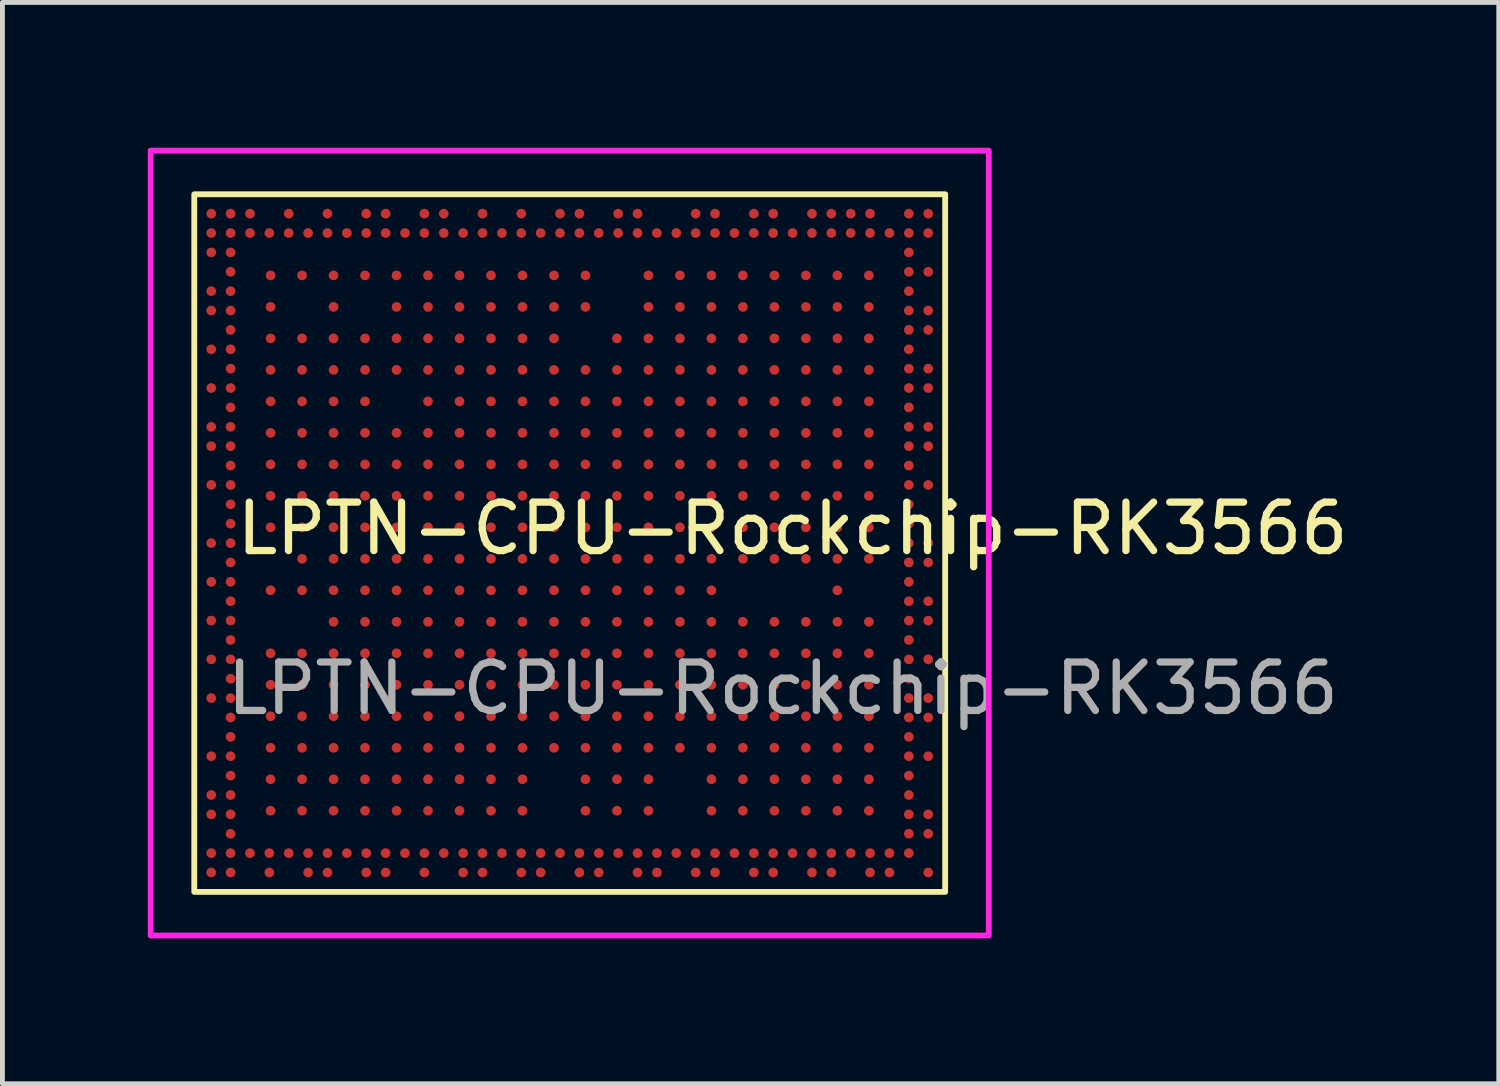
<source format=kicad_pcb>
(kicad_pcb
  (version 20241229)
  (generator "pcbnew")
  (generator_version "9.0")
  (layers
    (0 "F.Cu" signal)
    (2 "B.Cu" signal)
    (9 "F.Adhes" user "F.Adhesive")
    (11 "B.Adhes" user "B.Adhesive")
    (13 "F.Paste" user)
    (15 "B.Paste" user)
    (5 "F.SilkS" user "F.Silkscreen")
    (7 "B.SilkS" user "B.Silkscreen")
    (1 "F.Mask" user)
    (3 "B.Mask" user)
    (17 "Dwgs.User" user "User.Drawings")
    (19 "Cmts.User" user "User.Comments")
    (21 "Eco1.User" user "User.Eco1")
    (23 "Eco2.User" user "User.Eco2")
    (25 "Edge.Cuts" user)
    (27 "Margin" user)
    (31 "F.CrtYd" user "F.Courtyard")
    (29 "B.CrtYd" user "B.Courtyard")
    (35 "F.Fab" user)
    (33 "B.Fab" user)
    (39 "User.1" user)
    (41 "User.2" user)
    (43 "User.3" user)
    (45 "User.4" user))
  (footprint "LPTN-CPU-Rockchip-RK3566"
    (layer "F.Cu")
    (at 16.31 8.86)
    (property "Reference" "LPTN-CPU-Rockchip-RK3566" (at -3 -1 0) (unlocked yes) (layer "F.SilkS") (effects (font (size 1 1) (thickness 0.15))))
    (attr smd)
    (fp_rect (start -15.35 6.5) (end 0.15 -7.9) (stroke (width 0.12) (type solid)) (fill no) (layer "F.SilkS"))
    (fp_rect (start -16.25 -8.8) (end 1.05 7.4) (stroke (width 0.12) (type solid)) (fill no) (layer "F.CrtYd"))
    (fp_text user "${REFERENCE}" (at -3.2 2.3 0) (unlocked yes) (layer "F.Fab") (effects (font (size 1 1) (thickness 0.15))))
    (pad "1A1" smd circle (at -13.775 -6.225) (size 0.2 0.2) (layers "F.Cu" "F.Mask" "F.Paste"))
    (pad "1A2" smd circle (at -13.125 -6.225) (size 0.2 0.2) (layers "F.Cu" "F.Mask" "F.Paste"))
    (pad "1A3" smd circle (at -12.475 -6.225) (size 0.2 0.2) (layers "F.Cu" "F.Mask" "F.Paste"))
    (pad "1A4" smd circle (at -11.825 -6.225) (size 0.2 0.2) (layers "F.Cu" "F.Mask" "F.Paste"))
    (pad "1A5" smd circle (at -11.175 -6.225) (size 0.2 0.2) (layers "F.Cu" "F.Mask" "F.Paste"))
    (pad "1A6" smd circle (at -10.525 -6.225) (size 0.2 0.2) (layers "F.Cu" "F.Mask" "F.Paste"))
    (pad "1A7" smd circle (at -9.875 -6.225) (size 0.2 0.2) (layers "F.Cu" "F.Mask" "F.Paste"))
    (pad "1A8" smd circle (at -9.225 -6.225) (size 0.2 0.2) (layers "F.Cu" "F.Mask" "F.Paste"))
    (pad "1A9" smd circle (at -8.575 -6.225) (size 0.2 0.2) (layers "F.Cu" "F.Mask" "F.Paste"))
    (pad "1A10" smd circle (at -7.925 -6.225) (size 0.2 0.2) (layers "F.Cu" "F.Mask" "F.Paste"))
    (pad "1A11" smd circle (at -7.275 -6.225) (size 0.2 0.2) (layers "F.Cu" "F.Mask" "F.Paste"))
    (pad "1A13" smd circle (at -5.975 -6.225) (size 0.2 0.2) (layers "F.Cu" "F.Mask" "F.Paste"))
    (pad "1A14" smd circle (at -5.325 -6.225) (size 0.2 0.2) (layers "F.Cu" "F.Mask" "F.Paste"))
    (pad "1A15" smd circle (at -4.675 -6.225) (size 0.2 0.2) (layers "F.Cu" "F.Mask" "F.Paste"))
    (pad "1A16" smd circle (at -4.025 -6.225) (size 0.2 0.2) (layers "F.Cu" "F.Mask" "F.Paste"))
    (pad "1A17" smd circle (at -3.375 -6.225) (size 0.2 0.2) (layers "F.Cu" "F.Mask" "F.Paste"))
    (pad "1A18" smd circle (at -2.725 -6.225) (size 0.2 0.2) (layers "F.Cu" "F.Mask" "F.Paste"))
    (pad "1A19" smd circle (at -2.075 -6.225) (size 0.2 0.2) (layers "F.Cu" "F.Mask" "F.Paste"))
    (pad "1A20" smd circle (at -1.425 -6.225) (size 0.2 0.2) (layers "F.Cu" "F.Mask" "F.Paste"))
    (pad "1B1" smd circle (at -13.775 -5.575) (size 0.2 0.2) (layers "F.Cu" "F.Mask" "F.Paste"))
    (pad "1B3" smd circle (at -12.475 -5.575) (size 0.2 0.2) (layers "F.Cu" "F.Mask" "F.Paste"))
    (pad "1B5" smd circle (at -11.175 -5.575) (size 0.2 0.2) (layers "F.Cu" "F.Mask" "F.Paste"))
    (pad "1B6" smd circle (at -10.525 -5.575) (size 0.2 0.2) (layers "F.Cu" "F.Mask" "F.Paste"))
    (pad "1B7" smd circle (at -9.875 -5.575) (size 0.2 0.2) (layers "F.Cu" "F.Mask" "F.Paste"))
    (pad "1B8" smd circle (at -9.225 -5.575) (size 0.2 0.2) (layers "F.Cu" "F.Mask" "F.Paste"))
    (pad "1B9" smd circle (at -8.575 -5.575) (size 0.2 0.2) (layers "F.Cu" "F.Mask" "F.Paste"))
    (pad "1B10" smd circle (at -7.925 -5.575) (size 0.2 0.2) (layers "F.Cu" "F.Mask" "F.Paste"))
    (pad "1B11" smd circle (at -7.275 -5.575) (size 0.2 0.2) (layers "F.Cu" "F.Mask" "F.Paste"))
    (pad "1B13" smd circle (at -5.975 -5.575) (size 0.2 0.2) (layers "F.Cu" "F.Mask" "F.Paste"))
    (pad "1B14" smd circle (at -5.325 -5.575) (size 0.2 0.2) (layers "F.Cu" "F.Mask" "F.Paste"))
    (pad "1B15" smd circle (at -4.675 -5.575) (size 0.2 0.2) (layers "F.Cu" "F.Mask" "F.Paste"))
    (pad "1B16" smd circle (at -4.025 -5.575) (size 0.2 0.2) (layers "F.Cu" "F.Mask" "F.Paste"))
    (pad "1B17" smd circle (at -3.375 -5.575) (size 0.2 0.2) (layers "F.Cu" "F.Mask" "F.Paste"))
    (pad "1B18" smd circle (at -2.725 -5.575) (size 0.2 0.2) (layers "F.Cu" "F.Mask" "F.Paste"))
    (pad "1B19" smd circle (at -2.075 -5.575) (size 0.2 0.2) (layers "F.Cu" "F.Mask" "F.Paste"))
    (pad "1B20" smd circle (at -1.425 -5.575) (size 0.2 0.2) (layers "F.Cu" "F.Mask" "F.Paste"))
    (pad "1C1" smd circle (at -13.775 -4.925) (size 0.2 0.2) (layers "F.Cu" "F.Mask" "F.Paste"))
    (pad "1C2" smd circle (at -13.125 -4.925) (size 0.2 0.2) (layers "F.Cu" "F.Mask" "F.Paste"))
    (pad "1C3" smd circle (at -12.475 -4.925) (size 0.2 0.2) (layers "F.Cu" "F.Mask" "F.Paste"))
    (pad "1C4" smd circle (at -11.825 -4.925) (size 0.2 0.2) (layers "F.Cu" "F.Mask" "F.Paste"))
    (pad "1C5" smd circle (at -11.175 -4.925) (size 0.2 0.2) (layers "F.Cu" "F.Mask" "F.Paste"))
    (pad "1C6" smd circle (at -10.525 -4.925) (size 0.2 0.2) (layers "F.Cu" "F.Mask" "F.Paste"))
    (pad "1C7" smd circle (at -9.875 -4.925) (size 0.2 0.2) (layers "F.Cu" "F.Mask" "F.Paste"))
    (pad "1C8" smd circle (at -9.225 -4.925) (size 0.2 0.2) (layers "F.Cu" "F.Mask" "F.Paste"))
    (pad "1C9" smd circle (at -8.575 -4.925) (size 0.2 0.2) (layers "F.Cu" "F.Mask" "F.Paste"))
    (pad "1C10" smd circle (at -7.925 -4.925) (size 0.2 0.2) (layers "F.Cu" "F.Mask" "F.Paste"))
    (pad "1C12" smd circle (at -6.625 -4.925) (size 0.2 0.2) (layers "F.Cu" "F.Mask" "F.Paste"))
    (pad "1C13" smd circle (at -5.975 -4.925) (size 0.2 0.2) (layers "F.Cu" "F.Mask" "F.Paste"))
    (pad "1C14" smd circle (at -5.325 -4.925) (size 0.2 0.2) (layers "F.Cu" "F.Mask" "F.Paste"))
    (pad "1C15" smd circle (at -4.675 -4.925) (size 0.2 0.2) (layers "F.Cu" "F.Mask" "F.Paste"))
    (pad "1C16" smd circle (at -4.025 -4.925) (size 0.2 0.2) (layers "F.Cu" "F.Mask" "F.Paste"))
    (pad "1C17" smd circle (at -3.375 -4.925) (size 0.2 0.2) (layers "F.Cu" "F.Mask" "F.Paste"))
    (pad "1C18" smd circle (at -2.725 -4.925) (size 0.2 0.2) (layers "F.Cu" "F.Mask" "F.Paste"))
    (pad "1C19" smd circle (at -2.075 -4.925) (size 0.2 0.2) (layers "F.Cu" "F.Mask" "F.Paste"))
    (pad "1C20" smd circle (at -1.425 -4.925) (size 0.2 0.2) (layers "F.Cu" "F.Mask" "F.Paste"))
    (pad "1D1" smd circle (at -13.775 -4.275) (size 0.2 0.2) (layers "F.Cu" "F.Mask" "F.Paste"))
    (pad "1D2" smd circle (at -13.125 -4.275) (size 0.2 0.2) (layers "F.Cu" "F.Mask" "F.Paste"))
    (pad "1D3" smd circle (at -12.475 -4.275) (size 0.2 0.2) (layers "F.Cu" "F.Mask" "F.Paste"))
    (pad "1D4" smd circle (at -11.825 -4.275) (size 0.2 0.2) (layers "F.Cu" "F.Mask" "F.Paste"))
    (pad "1D5" smd circle (at -11.175 -4.275) (size 0.2 0.2) (layers "F.Cu" "F.Mask" "F.Paste"))
    (pad "1D6" smd circle (at -10.525 -4.275) (size 0.2 0.2) (layers "F.Cu" "F.Mask" "F.Paste"))
    (pad "1D7" smd circle (at -9.875 -4.275) (size 0.2 0.2) (layers "F.Cu" "F.Mask" "F.Paste"))
    (pad "1D8" smd circle (at -9.225 -4.275) (size 0.2 0.2) (layers "F.Cu" "F.Mask" "F.Paste"))
    (pad "1D9" smd circle (at -8.575 -4.275) (size 0.2 0.2) (layers "F.Cu" "F.Mask" "F.Paste"))
    (pad "1D10" smd circle (at -7.925 -4.275) (size 0.2 0.2) (layers "F.Cu" "F.Mask" "F.Paste"))
    (pad "1D11" smd circle (at -7.275 -4.275) (size 0.2 0.2) (layers "F.Cu" "F.Mask" "F.Paste"))
    (pad "1D12" smd circle (at -6.625 -4.275) (size 0.2 0.2) (layers "F.Cu" "F.Mask" "F.Paste"))
    (pad "1D13" smd circle (at -5.975 -4.275) (size 0.2 0.2) (layers "F.Cu" "F.Mask" "F.Paste"))
    (pad "1D14" smd circle (at -5.325 -4.275) (size 0.2 0.2) (layers "F.Cu" "F.Mask" "F.Paste"))
    (pad "1D15" smd circle (at -4.675 -4.275) (size 0.2 0.2) (layers "F.Cu" "F.Mask" "F.Paste"))
    (pad "1D16" smd circle (at -4.025 -4.275) (size 0.2 0.2) (layers "F.Cu" "F.Mask" "F.Paste"))
    (pad "1D17" smd circle (at -3.375 -4.275) (size 0.2 0.2) (layers "F.Cu" "F.Mask" "F.Paste"))
    (pad "1D18" smd circle (at -2.725 -4.275) (size 0.2 0.2) (layers "F.Cu" "F.Mask" "F.Paste"))
    (pad "1D19" smd circle (at -2.075 -4.275) (size 0.2 0.2) (layers "F.Cu" "F.Mask" "F.Paste"))
    (pad "1D20" smd circle (at -1.425 -4.275) (size 0.2 0.2) (layers "F.Cu" "F.Mask" "F.Paste"))
    (pad "1E1" smd circle (at -13.775 -3.625) (size 0.2 0.2) (layers "F.Cu" "F.Mask" "F.Paste"))
    (pad "1E2" smd circle (at -13.125 -3.625) (size 0.2 0.2) (layers "F.Cu" "F.Mask" "F.Paste"))
    (pad "1E3" smd circle (at -12.475 -3.625) (size 0.2 0.2) (layers "F.Cu" "F.Mask" "F.Paste"))
    (pad "1E4" smd circle (at -11.825 -3.625) (size 0.2 0.2) (layers "F.Cu" "F.Mask" "F.Paste"))
    (pad "1E6" smd circle (at -10.525 -3.625) (size 0.2 0.2) (layers "F.Cu" "F.Mask" "F.Paste"))
    (pad "1E7" smd circle (at -9.875 -3.625) (size 0.2 0.2) (layers "F.Cu" "F.Mask" "F.Paste"))
    (pad "1E8" smd circle (at -9.225 -3.625) (size 0.2 0.2) (layers "F.Cu" "F.Mask" "F.Paste"))
    (pad "1E9" smd circle (at -8.575 -3.625) (size 0.2 0.2) (layers "F.Cu" "F.Mask" "F.Paste"))
    (pad "1E10" smd circle (at -7.925 -3.625) (size 0.2 0.2) (layers "F.Cu" "F.Mask" "F.Paste"))
    (pad "1E11" smd circle (at -7.275 -3.625) (size 0.2 0.2) (layers "F.Cu" "F.Mask" "F.Paste"))
    (pad "1E12" smd circle (at -6.625 -3.625) (size 0.2 0.2) (layers "F.Cu" "F.Mask" "F.Paste"))
    (pad "1E13" smd circle (at -5.975 -3.625) (size 0.2 0.2) (layers "F.Cu" "F.Mask" "F.Paste"))
    (pad "1E14" smd circle (at -5.325 -3.625) (size 0.2 0.2) (layers "F.Cu" "F.Mask" "F.Paste"))
    (pad "1E15" smd circle (at -4.675 -3.625) (size 0.2 0.2) (layers "F.Cu" "F.Mask" "F.Paste"))
    (pad "1E16" smd circle (at -4.025 -3.625) (size 0.2 0.2) (layers "F.Cu" "F.Mask" "F.Paste"))
    (pad "1E17" smd circle (at -3.375 -3.625) (size 0.2 0.2) (layers "F.Cu" "F.Mask" "F.Paste"))
    (pad "1E18" smd circle (at -2.725 -3.625) (size 0.2 0.2) (layers "F.Cu" "F.Mask" "F.Paste"))
    (pad "1E19" smd circle (at -2.075 -3.625) (size 0.2 0.2) (layers "F.Cu" "F.Mask" "F.Paste"))
    (pad "1E20" smd circle (at -1.425 -3.625) (size 0.2 0.2) (layers "F.Cu" "F.Mask" "F.Paste"))
    (pad "1F1" smd circle (at -13.775 -2.975) (size 0.2 0.2) (layers "F.Cu" "F.Mask" "F.Paste"))
    (pad "1F2" smd circle (at -13.125 -2.975) (size 0.2 0.2) (layers "F.Cu" "F.Mask" "F.Paste"))
    (pad "1F3" smd circle (at -12.475 -2.975) (size 0.2 0.2) (layers "F.Cu" "F.Mask" "F.Paste"))
    (pad "1F4" smd circle (at -11.825 -2.975) (size 0.2 0.2) (layers "F.Cu" "F.Mask" "F.Paste"))
    (pad "1F5" smd circle (at -11.175 -2.975) (size 0.2 0.2) (layers "F.Cu" "F.Mask" "F.Paste"))
    (pad "1F6" smd circle (at -10.525 -2.975) (size 0.2 0.2) (layers "F.Cu" "F.Mask" "F.Paste"))
    (pad "1F7" smd circle (at -9.875 -2.975) (size 0.2 0.2) (layers "F.Cu" "F.Mask" "F.Paste"))
    (pad "1F8" smd circle (at -9.225 -2.975) (size 0.2 0.2) (layers "F.Cu" "F.Mask" "F.Paste"))
    (pad "1F9" smd circle (at -8.575 -2.975) (size 0.2 0.2) (layers "F.Cu" "F.Mask" "F.Paste"))
    (pad "1F10" smd circle (at -7.925 -2.975) (size 0.2 0.2) (layers "F.Cu" "F.Mask" "F.Paste"))
    (pad "1F11" smd circle (at -7.275 -2.975) (size 0.2 0.2) (layers "F.Cu" "F.Mask" "F.Paste"))
    (pad "1F12" smd circle (at -6.625 -2.975) (size 0.2 0.2) (layers "F.Cu" "F.Mask" "F.Paste"))
    (pad "1F13" smd circle (at -5.975 -2.975) (size 0.2 0.2) (layers "F.Cu" "F.Mask" "F.Paste"))
    (pad "1F14" smd circle (at -5.325 -2.975) (size 0.2 0.2) (layers "F.Cu" "F.Mask" "F.Paste"))
    (pad "1F15" smd circle (at -4.675 -2.975) (size 0.2 0.2) (layers "F.Cu" "F.Mask" "F.Paste"))
    (pad "1F16" smd circle (at -4.025 -2.975) (size 0.2 0.2) (layers "F.Cu" "F.Mask" "F.Paste"))
    (pad "1F17" smd circle (at -3.375 -2.975) (size 0.2 0.2) (layers "F.Cu" "F.Mask" "F.Paste"))
    (pad "1F18" smd circle (at -2.725 -2.975) (size 0.2 0.2) (layers "F.Cu" "F.Mask" "F.Paste"))
    (pad "1F19" smd circle (at -2.075 -2.975) (size 0.2 0.2) (layers "F.Cu" "F.Mask" "F.Paste"))
    (pad "1F20" smd circle (at -1.425 -2.975) (size 0.2 0.2) (layers "F.Cu" "F.Mask" "F.Paste"))
    (pad "1G1" smd circle (at -13.775 -2.325) (size 0.2 0.2) (layers "F.Cu" "F.Mask" "F.Paste"))
    (pad "1G2" smd circle (at -13.125 -2.325) (size 0.2 0.2) (layers "F.Cu" "F.Mask" "F.Paste"))
    (pad "1G3" smd circle (at -12.475 -2.325) (size 0.2 0.2) (layers "F.Cu" "F.Mask" "F.Paste"))
    (pad "1G4" smd circle (at -11.825 -2.325) (size 0.2 0.2) (layers "F.Cu" "F.Mask" "F.Paste"))
    (pad "1G5" smd circle (at -11.175 -2.325) (size 0.2 0.2) (layers "F.Cu" "F.Mask" "F.Paste"))
    (pad "1G6" smd circle (at -10.525 -2.325) (size 0.2 0.2) (layers "F.Cu" "F.Mask" "F.Paste"))
    (pad "1G7" smd circle (at -9.875 -2.325) (size 0.2 0.2) (layers "F.Cu" "F.Mask" "F.Paste"))
    (pad "1G8" smd circle (at -9.225 -2.325) (size 0.2 0.2) (layers "F.Cu" "F.Mask" "F.Paste"))
    (pad "1G9" smd circle (at -8.575 -2.325) (size 0.2 0.2) (layers "F.Cu" "F.Mask" "F.Paste"))
    (pad "1G10" smd circle (at -7.925 -2.325) (size 0.2 0.2) (layers "F.Cu" "F.Mask" "F.Paste"))
    (pad "1G11" smd circle (at -7.275 -2.325) (size 0.2 0.2) (layers "F.Cu" "F.Mask" "F.Paste"))
    (pad "1G12" smd circle (at -6.625 -2.325) (size 0.2 0.2) (layers "F.Cu" "F.Mask" "F.Paste"))
    (pad "1G13" smd circle (at -5.975 -2.325) (size 0.2 0.2) (layers "F.Cu" "F.Mask" "F.Paste"))
    (pad "1G14" smd circle (at -5.325 -2.325) (size 0.2 0.2) (layers "F.Cu" "F.Mask" "F.Paste"))
    (pad "1G15" smd circle (at -4.675 -2.325) (size 0.2 0.2) (layers "F.Cu" "F.Mask" "F.Paste"))
    (pad "1G16" smd circle (at -4.025 -2.325) (size 0.2 0.2) (layers "F.Cu" "F.Mask" "F.Paste"))
    (pad "1G17" smd circle (at -3.375 -2.325) (size 0.2 0.2) (layers "F.Cu" "F.Mask" "F.Paste"))
    (pad "1G18" smd circle (at -2.725 -2.325) (size 0.2 0.2) (layers "F.Cu" "F.Mask" "F.Paste"))
    (pad "1G19" smd circle (at -2.075 -2.325) (size 0.2 0.2) (layers "F.Cu" "F.Mask" "F.Paste"))
    (pad "1G20" smd circle (at -1.425 -2.325) (size 0.2 0.2) (layers "F.Cu" "F.Mask" "F.Paste"))
    (pad "1H1" smd circle (at -13.775 -1.675) (size 0.2 0.2) (layers "F.Cu" "F.Mask" "F.Paste"))
    (pad "1H2" smd circle (at -13.125 -1.675) (size 0.2 0.2) (layers "F.Cu" "F.Mask" "F.Paste"))
    (pad "1H3" smd circle (at -12.475 -1.675) (size 0.2 0.2) (layers "F.Cu" "F.Mask" "F.Paste"))
    (pad "1H4" smd circle (at -11.825 -1.675) (size 0.2 0.2) (layers "F.Cu" "F.Mask" "F.Paste"))
    (pad "1H5" smd circle (at -11.175 -1.675) (size 0.2 0.2) (layers "F.Cu" "F.Mask" "F.Paste"))
    (pad "1H6" smd circle (at -10.525 -1.675) (size 0.2 0.2) (layers "F.Cu" "F.Mask" "F.Paste"))
    (pad "1H7" smd circle (at -9.875 -1.675) (size 0.2 0.2) (layers "F.Cu" "F.Mask" "F.Paste"))
    (pad "1H8" smd circle (at -9.225 -1.675) (size 0.2 0.2) (layers "F.Cu" "F.Mask" "F.Paste"))
    (pad "1H9" smd circle (at -8.575 -1.675) (size 0.2 0.2) (layers "F.Cu" "F.Mask" "F.Paste"))
    (pad "1H10" smd circle (at -7.925 -1.675) (size 0.2 0.2) (layers "F.Cu" "F.Mask" "F.Paste"))
    (pad "1H11" smd circle (at -7.275 -1.675) (size 0.2 0.2) (layers "F.Cu" "F.Mask" "F.Paste"))
    (pad "1H12" smd circle (at -6.625 -1.675) (size 0.2 0.2) (layers "F.Cu" "F.Mask" "F.Paste"))
    (pad "1H13" smd circle (at -5.975 -1.675) (size 0.2 0.2) (layers "F.Cu" "F.Mask" "F.Paste"))
    (pad "1H14" smd circle (at -5.325 -1.675) (size 0.2 0.2) (layers "F.Cu" "F.Mask" "F.Paste"))
    (pad "1H15" smd circle (at -4.675 -1.675) (size 0.2 0.2) (layers "F.Cu" "F.Mask" "F.Paste"))
    (pad "1H16" smd circle (at -4.025 -1.675) (size 0.2 0.2) (layers "F.Cu" "F.Mask" "F.Paste"))
    (pad "1H17" smd circle (at -3.375 -1.675) (size 0.2 0.2) (layers "F.Cu" "F.Mask" "F.Paste"))
    (pad "1H18" smd circle (at -2.725 -1.675) (size 0.2 0.2) (layers "F.Cu" "F.Mask" "F.Paste"))
    (pad "1H19" smd circle (at -2.075 -1.675) (size 0.2 0.2) (layers "F.Cu" "F.Mask" "F.Paste"))
    (pad "1H20" smd circle (at -1.425 -1.675) (size 0.2 0.2) (layers "F.Cu" "F.Mask" "F.Paste"))
    (pad "1J1" smd circle (at -13.775 -1.025) (size 0.2 0.2) (layers "F.Cu" "F.Mask" "F.Paste"))
    (pad "1J2" smd circle (at -13.125 -1.025) (size 0.2 0.2) (layers "F.Cu" "F.Mask" "F.Paste"))
    (pad "1J3" smd circle (at -12.475 -1.025) (size 0.2 0.2) (layers "F.Cu" "F.Mask" "F.Paste"))
    (pad "1J4" smd circle (at -11.825 -1.025) (size 0.2 0.2) (layers "F.Cu" "F.Mask" "F.Paste"))
    (pad "1J5" smd circle (at -11.175 -1.025) (size 0.2 0.2) (layers "F.Cu" "F.Mask" "F.Paste"))
    (pad "1J6" smd circle (at -10.525 -1.025) (size 0.2 0.2) (layers "F.Cu" "F.Mask" "F.Paste"))
    (pad "1J7" smd circle (at -9.875 -1.025) (size 0.2 0.2) (layers "F.Cu" "F.Mask" "F.Paste"))
    (pad "1J8" smd circle (at -9.225 -1.025) (size 0.2 0.2) (layers "F.Cu" "F.Mask" "F.Paste"))
    (pad "1J9" smd circle (at -8.575 -1.025) (size 0.2 0.2) (layers "F.Cu" "F.Mask" "F.Paste"))
    (pad "1J10" smd circle (at -7.925 -1.025) (size 0.2 0.2) (layers "F.Cu" "F.Mask" "F.Paste"))
    (pad "1J11" smd circle (at -7.275 -1.025) (size 0.2 0.2) (layers "F.Cu" "F.Mask" "F.Paste"))
    (pad "1J12" smd circle (at -6.625 -1.025) (size 0.2 0.2) (layers "F.Cu" "F.Mask" "F.Paste"))
    (pad "1J13" smd circle (at -5.975 -1.025) (size 0.2 0.2) (layers "F.Cu" "F.Mask" "F.Paste"))
    (pad "1J14" smd circle (at -5.325 -1.025) (size 0.2 0.2) (layers "F.Cu" "F.Mask" "F.Paste"))
    (pad "1J15" smd circle (at -4.675 -1.025) (size 0.2 0.2) (layers "F.Cu" "F.Mask" "F.Paste"))
    (pad "1J16" smd circle (at -4.025 -1.025) (size 0.2 0.2) (layers "F.Cu" "F.Mask" "F.Paste"))
    (pad "1J17" smd circle (at -3.375 -1.025) (size 0.2 0.2) (layers "F.Cu" "F.Mask" "F.Paste"))
    (pad "1J18" smd circle (at -2.725 -1.025) (size 0.2 0.2) (layers "F.Cu" "F.Mask" "F.Paste"))
    (pad "1J19" smd circle (at -2.075 -1.025) (size 0.2 0.2) (layers "F.Cu" "F.Mask" "F.Paste"))
    (pad "1J20" smd circle (at -1.425 -1.025) (size 0.2 0.2) (layers "F.Cu" "F.Mask" "F.Paste"))
    (pad "1K2" smd circle (at -13.125 -0.375) (size 0.2 0.2) (layers "F.Cu" "F.Mask" "F.Paste"))
    (pad "1K3" smd circle (at -12.475 -0.375) (size 0.2 0.2) (layers "F.Cu" "F.Mask" "F.Paste"))
    (pad "1K4" smd circle (at -11.825 -0.375) (size 0.2 0.2) (layers "F.Cu" "F.Mask" "F.Paste"))
    (pad "1K5" smd circle (at -11.175 -0.375) (size 0.2 0.2) (layers "F.Cu" "F.Mask" "F.Paste"))
    (pad "1K6" smd circle (at -10.525 -0.375) (size 0.2 0.2) (layers "F.Cu" "F.Mask" "F.Paste"))
    (pad "1K7" smd circle (at -9.875 -0.375) (size 0.2 0.2) (layers "F.Cu" "F.Mask" "F.Paste"))
    (pad "1K8" smd circle (at -9.225 -0.375) (size 0.2 0.2) (layers "F.Cu" "F.Mask" "F.Paste"))
    (pad "1K9" smd circle (at -8.575 -0.375) (size 0.2 0.2) (layers "F.Cu" "F.Mask" "F.Paste"))
    (pad "1K10" smd circle (at -7.925 -0.375) (size 0.2 0.2) (layers "F.Cu" "F.Mask" "F.Paste"))
    (pad "1K11" smd circle (at -7.275 -0.375) (size 0.2 0.2) (layers "F.Cu" "F.Mask" "F.Paste"))
    (pad "1K12" smd circle (at -6.625 -0.375) (size 0.2 0.2) (layers "F.Cu" "F.Mask" "F.Paste"))
    (pad "1K13" smd circle (at -5.975 -0.375) (size 0.2 0.2) (layers "F.Cu" "F.Mask" "F.Paste"))
    (pad "1K14" smd circle (at -5.325 -0.375) (size 0.2 0.2) (layers "F.Cu" "F.Mask" "F.Paste"))
    (pad "1K15" smd circle (at -4.675 -0.375) (size 0.2 0.2) (layers "F.Cu" "F.Mask" "F.Paste"))
    (pad "1K16" smd circle (at -4.025 -0.375) (size 0.2 0.2) (layers "F.Cu" "F.Mask" "F.Paste"))
    (pad "1K17" smd circle (at -3.375 -0.375) (size 0.2 0.2) (layers "F.Cu" "F.Mask" "F.Paste"))
    (pad "1K18" smd circle (at -2.725 -0.375) (size 0.2 0.2) (layers "F.Cu" "F.Mask" "F.Paste"))
    (pad "1K19" smd circle (at -2.075 -0.375) (size 0.2 0.2) (layers "F.Cu" "F.Mask" "F.Paste"))
    (pad "1K20" smd circle (at -1.425 -0.375) (size 0.2 0.2) (layers "F.Cu" "F.Mask" "F.Paste"))
    (pad "1L1" smd circle (at -13.775 0.275) (size 0.2 0.2) (layers "F.Cu" "F.Mask" "F.Paste"))
    (pad "1L2" smd circle (at -13.125 0.275) (size 0.2 0.2) (layers "F.Cu" "F.Mask" "F.Paste"))
    (pad "1L3" smd circle (at -12.475 0.275) (size 0.2 0.2) (layers "F.Cu" "F.Mask" "F.Paste"))
    (pad "1L4" smd circle (at -11.825 0.275) (size 0.2 0.2) (layers "F.Cu" "F.Mask" "F.Paste"))
    (pad "1L5" smd circle (at -11.175 0.275) (size 0.2 0.2) (layers "F.Cu" "F.Mask" "F.Paste"))
    (pad "1L6" smd circle (at -10.525 0.275) (size 0.2 0.2) (layers "F.Cu" "F.Mask" "F.Paste"))
    (pad "1L7" smd circle (at -9.875 0.275) (size 0.2 0.2) (layers "F.Cu" "F.Mask" "F.Paste"))
    (pad "1L8" smd circle (at -9.225 0.275) (size 0.2 0.2) (layers "F.Cu" "F.Mask" "F.Paste"))
    (pad "1L9" smd circle (at -8.575 0.275) (size 0.2 0.2) (layers "F.Cu" "F.Mask" "F.Paste"))
    (pad "1L10" smd circle (at -7.925 0.275) (size 0.2 0.2) (layers "F.Cu" "F.Mask" "F.Paste"))
    (pad "1L11" smd circle (at -7.275 0.275) (size 0.2 0.2) (layers "F.Cu" "F.Mask" "F.Paste"))
    (pad "1L12" smd circle (at -6.625 0.275) (size 0.2 0.2) (layers "F.Cu" "F.Mask" "F.Paste"))
    (pad "1L13" smd circle (at -5.975 0.275) (size 0.2 0.2) (layers "F.Cu" "F.Mask" "F.Paste"))
    (pad "1L14" smd circle (at -5.325 0.275) (size 0.2 0.2) (layers "F.Cu" "F.Mask" "F.Paste"))
    (pad "1L15" smd circle (at -4.675 0.275) (size 0.2 0.2) (layers "F.Cu" "F.Mask" "F.Paste"))
    (pad "1L19" smd circle (at -2.075 0.275) (size 0.2 0.2) (layers "F.Cu" "F.Mask" "F.Paste"))
    (pad "1M3" smd circle (at -12.475 0.925) (size 0.2 0.2) (layers "F.Cu" "F.Mask" "F.Paste"))
    (pad "1M4" smd circle (at -11.825 0.925) (size 0.2 0.2) (layers "F.Cu" "F.Mask" "F.Paste"))
    (pad "1M5" smd circle (at -11.175 0.925) (size 0.2 0.2) (layers "F.Cu" "F.Mask" "F.Paste"))
    (pad "1M6" smd circle (at -10.525 0.925) (size 0.2 0.2) (layers "F.Cu" "F.Mask" "F.Paste"))
    (pad "1M7" smd circle (at -9.875 0.925) (size 0.2 0.2) (layers "F.Cu" "F.Mask" "F.Paste"))
    (pad "1M8" smd circle (at -9.225 0.925) (size 0.2 0.2) (layers "F.Cu" "F.Mask" "F.Paste"))
    (pad "1M9" smd circle (at -8.575 0.925) (size 0.2 0.2) (layers "F.Cu" "F.Mask" "F.Paste"))
    (pad "1M10" smd circle (at -7.925 0.925) (size 0.2 0.2) (layers "F.Cu" "F.Mask" "F.Paste"))
    (pad "1M11" smd circle (at -7.275 0.925) (size 0.2 0.2) (layers "F.Cu" "F.Mask" "F.Paste"))
    (pad "1M12" smd circle (at -6.625 0.925) (size 0.2 0.2) (layers "F.Cu" "F.Mask" "F.Paste"))
    (pad "1M13" smd circle (at -5.975 0.925) (size 0.2 0.2) (layers "F.Cu" "F.Mask" "F.Paste"))
    (pad "1M14" smd circle (at -5.325 0.925) (size 0.2 0.2) (layers "F.Cu" "F.Mask" "F.Paste"))
    (pad "1M15" smd circle (at -4.675 0.925) (size 0.2 0.2) (layers "F.Cu" "F.Mask" "F.Paste"))
    (pad "1M16" smd circle (at -4.025 0.925) (size 0.2 0.2) (layers "F.Cu" "F.Mask" "F.Paste"))
    (pad "1M17" smd circle (at -3.375 0.925) (size 0.2 0.2) (layers "F.Cu" "F.Mask" "F.Paste"))
    (pad "1M18" smd circle (at -2.725 0.925) (size 0.2 0.2) (layers "F.Cu" "F.Mask" "F.Paste"))
    (pad "1M19" smd circle (at -2.075 0.925) (size 0.2 0.2) (layers "F.Cu" "F.Mask" "F.Paste"))
    (pad "1M20" smd circle (at -1.425 0.925) (size 0.2 0.2) (layers "F.Cu" "F.Mask" "F.Paste"))
    (pad "1N1" smd circle (at -13.775 1.575) (size 0.2 0.2) (layers "F.Cu" "F.Mask" "F.Paste"))
    (pad "1N2" smd circle (at -13.125 1.575) (size 0.2 0.2) (layers "F.Cu" "F.Mask" "F.Paste"))
    (pad "1N3" smd circle (at -12.475 1.575) (size 0.2 0.2) (layers "F.Cu" "F.Mask" "F.Paste"))
    (pad "1N4" smd circle (at -11.825 1.575) (size 0.2 0.2) (layers "F.Cu" "F.Mask" "F.Paste"))
    (pad "1N5" smd circle (at -11.175 1.575) (size 0.2 0.2) (layers "F.Cu" "F.Mask" "F.Paste"))
    (pad "1N6" smd circle (at -10.525 1.575) (size 0.2 0.2) (layers "F.Cu" "F.Mask" "F.Paste"))
    (pad "1N7" smd circle (at -9.875 1.575) (size 0.2 0.2) (layers "F.Cu" "F.Mask" "F.Paste"))
    (pad "1N8" smd circle (at -9.225 1.575) (size 0.2 0.2) (layers "F.Cu" "F.Mask" "F.Paste"))
    (pad "1N9" smd circle (at -8.575 1.575) (size 0.2 0.2) (layers "F.Cu" "F.Mask" "F.Paste"))
    (pad "1N10" smd circle (at -7.925 1.575) (size 0.2 0.2) (layers "F.Cu" "F.Mask" "F.Paste"))
    (pad "1N11" smd circle (at -7.275 1.575) (size 0.2 0.2) (layers "F.Cu" "F.Mask" "F.Paste"))
    (pad "1N12" smd circle (at -6.625 1.575) (size 0.2 0.2) (layers "F.Cu" "F.Mask" "F.Paste"))
    (pad "1N13" smd circle (at -5.975 1.575) (size 0.2 0.2) (layers "F.Cu" "F.Mask" "F.Paste"))
    (pad "1N14" smd circle (at -5.325 1.575) (size 0.2 0.2) (layers "F.Cu" "F.Mask" "F.Paste"))
    (pad "1N15" smd circle (at -4.675 1.575) (size 0.2 0.2) (layers "F.Cu" "F.Mask" "F.Paste"))
    (pad "1N16" smd circle (at -4.025 1.575) (size 0.2 0.2) (layers "F.Cu" "F.Mask" "F.Paste"))
    (pad "1N17" smd circle (at -3.375 1.575) (size 0.2 0.2) (layers "F.Cu" "F.Mask" "F.Paste"))
    (pad "1N18" smd circle (at -2.725 1.575) (size 0.2 0.2) (layers "F.Cu" "F.Mask" "F.Paste"))
    (pad "1N19" smd circle (at -2.075 1.575) (size 0.2 0.2) (layers "F.Cu" "F.Mask" "F.Paste"))
    (pad "1N20" smd circle (at -1.425 1.575) (size 0.2 0.2) (layers "F.Cu" "F.Mask" "F.Paste"))
    (pad "1P1" smd circle (at -13.775 2.225) (size 0.2 0.2) (layers "F.Cu" "F.Mask" "F.Paste"))
    (pad "1P2" smd circle (at -13.125 2.225) (size 0.2 0.2) (layers "F.Cu" "F.Mask" "F.Paste"))
    (pad "1P3" smd circle (at -12.475 2.225) (size 0.2 0.2) (layers "F.Cu" "F.Mask" "F.Paste"))
    (pad "1P4" smd circle (at -11.825 2.225) (size 0.2 0.2) (layers "F.Cu" "F.Mask" "F.Paste"))
    (pad "1P5" smd circle (at -11.175 2.225) (size 0.2 0.2) (layers "F.Cu" "F.Mask" "F.Paste"))
    (pad "1P6" smd circle (at -10.525 2.225) (size 0.2 0.2) (layers "F.Cu" "F.Mask" "F.Paste"))
    (pad "1P7" smd circle (at -9.875 2.225) (size 0.2 0.2) (layers "F.Cu" "F.Mask" "F.Paste"))
    (pad "1P8" smd circle (at -9.225 2.225) (size 0.2 0.2) (layers "F.Cu" "F.Mask" "F.Paste"))
    (pad "1P9" smd circle (at -8.575 2.225) (size 0.2 0.2) (layers "F.Cu" "F.Mask" "F.Paste"))
    (pad "1P10" smd circle (at -7.925 2.225) (size 0.2 0.2) (layers "F.Cu" "F.Mask" "F.Paste"))
    (pad "1P11" smd circle (at -7.275 2.225) (size 0.2 0.2) (layers "F.Cu" "F.Mask" "F.Paste"))
    (pad "1P12" smd circle (at -6.625 2.225) (size 0.2 0.2) (layers "F.Cu" "F.Mask" "F.Paste"))
    (pad "1P13" smd circle (at -5.975 2.225) (size 0.2 0.2) (layers "F.Cu" "F.Mask" "F.Paste"))
    (pad "1P14" smd circle (at -5.325 2.225) (size 0.2 0.2) (layers "F.Cu" "F.Mask" "F.Paste"))
    (pad "1P15" smd circle (at -4.675 2.225) (size 0.2 0.2) (layers "F.Cu" "F.Mask" "F.Paste"))
    (pad "1P16" smd circle (at -4.025 2.225) (size 0.2 0.2) (layers "F.Cu" "F.Mask" "F.Paste"))
    (pad "1P17" smd circle (at -3.375 2.225) (size 0.2 0.2) (layers "F.Cu" "F.Mask" "F.Paste"))
    (pad "1P18" smd circle (at -2.725 2.225) (size 0.2 0.2) (layers "F.Cu" "F.Mask" "F.Paste"))
    (pad "1P19" smd circle (at -2.075 2.225) (size 0.2 0.2) (layers "F.Cu" "F.Mask" "F.Paste"))
    (pad "1P20" smd circle (at -1.425 2.225) (size 0.2 0.2) (layers "F.Cu" "F.Mask" "F.Paste"))
    (pad "1R1" smd circle (at -13.775 2.875) (size 0.2 0.2) (layers "F.Cu" "F.Mask" "F.Paste"))
    (pad "1R2" smd circle (at -13.125 2.875) (size 0.2 0.2) (layers "F.Cu" "F.Mask" "F.Paste"))
    (pad "1R3" smd circle (at -12.475 2.875) (size 0.2 0.2) (layers "F.Cu" "F.Mask" "F.Paste"))
    (pad "1R4" smd circle (at -11.825 2.875) (size 0.2 0.2) (layers "F.Cu" "F.Mask" "F.Paste"))
    (pad "1R5" smd circle (at -11.175 2.875) (size 0.2 0.2) (layers "F.Cu" "F.Mask" "F.Paste"))
    (pad "1R6" smd circle (at -10.525 2.875) (size 0.2 0.2) (layers "F.Cu" "F.Mask" "F.Paste"))
    (pad "1R7" smd circle (at -9.875 2.875) (size 0.2 0.2) (layers "F.Cu" "F.Mask" "F.Paste"))
    (pad "1R8" smd circle (at -9.225 2.875) (size 0.2 0.2) (layers "F.Cu" "F.Mask" "F.Paste"))
    (pad "1R9" smd circle (at -8.575 2.875) (size 0.2 0.2) (layers "F.Cu" "F.Mask" "F.Paste"))
    (pad "1R10" smd circle (at -7.925 2.875) (size 0.2 0.2) (layers "F.Cu" "F.Mask" "F.Paste"))
    (pad "1R11" smd circle (at -7.275 2.875) (size 0.2 0.2) (layers "F.Cu" "F.Mask" "F.Paste"))
    (pad "1R12" smd circle (at -6.625 2.875) (size 0.2 0.2) (layers "F.Cu" "F.Mask" "F.Paste"))
    (pad "1R13" smd circle (at -5.975 2.875) (size 0.2 0.2) (layers "F.Cu" "F.Mask" "F.Paste"))
    (pad "1R14" smd circle (at -5.325 2.875) (size 0.2 0.2) (layers "F.Cu" "F.Mask" "F.Paste"))
    (pad "1R15" smd circle (at -4.675 2.875) (size 0.2 0.2) (layers "F.Cu" "F.Mask" "F.Paste"))
    (pad "1R16" smd circle (at -4.025 2.875) (size 0.2 0.2) (layers "F.Cu" "F.Mask" "F.Paste"))
    (pad "1R17" smd circle (at -3.375 2.875) (size 0.2 0.2) (layers "F.Cu" "F.Mask" "F.Paste"))
    (pad "1R18" smd circle (at -2.725 2.875) (size 0.2 0.2) (layers "F.Cu" "F.Mask" "F.Paste"))
    (pad "1R19" smd circle (at -2.075 2.875) (size 0.2 0.2) (layers "F.Cu" "F.Mask" "F.Paste"))
    (pad "1R20" smd circle (at -1.425 2.875) (size 0.2 0.2) (layers "F.Cu" "F.Mask" "F.Paste"))
    (pad "1T1" smd circle (at -13.775 3.525) (size 0.2 0.2) (layers "F.Cu" "F.Mask" "F.Paste"))
    (pad "1T2" smd circle (at -13.125 3.525) (size 0.2 0.2) (layers "F.Cu" "F.Mask" "F.Paste"))
    (pad "1T3" smd circle (at -12.475 3.525) (size 0.2 0.2) (layers "F.Cu" "F.Mask" "F.Paste"))
    (pad "1T4" smd circle (at -11.825 3.525) (size 0.2 0.2) (layers "F.Cu" "F.Mask" "F.Paste"))
    (pad "1T5" smd circle (at -11.175 3.525) (size 0.2 0.2) (layers "F.Cu" "F.Mask" "F.Paste"))
    (pad "1T6" smd circle (at -10.525 3.525) (size 0.2 0.2) (layers "F.Cu" "F.Mask" "F.Paste"))
    (pad "1T7" smd circle (at -9.875 3.525) (size 0.2 0.2) (layers "F.Cu" "F.Mask" "F.Paste"))
    (pad "1T8" smd circle (at -9.225 3.525) (size 0.2 0.2) (layers "F.Cu" "F.Mask" "F.Paste"))
    (pad "1T9" smd circle (at -8.575 3.525) (size 0.2 0.2) (layers "F.Cu" "F.Mask" "F.Paste"))
    (pad "1T10" smd circle (at -7.925 3.525) (size 0.2 0.2) (layers "F.Cu" "F.Mask" "F.Paste"))
    (pad "1T11" smd circle (at -7.275 3.525) (size 0.2 0.2) (layers "F.Cu" "F.Mask" "F.Paste"))
    (pad "1T12" smd circle (at -6.625 3.525) (size 0.2 0.2) (layers "F.Cu" "F.Mask" "F.Paste"))
    (pad "1T13" smd circle (at -5.975 3.525) (size 0.2 0.2) (layers "F.Cu" "F.Mask" "F.Paste"))
    (pad "1T14" smd circle (at -5.325 3.525) (size 0.2 0.2) (layers "F.Cu" "F.Mask" "F.Paste"))
    (pad "1T15" smd circle (at -4.675 3.525) (size 0.2 0.2) (layers "F.Cu" "F.Mask" "F.Paste"))
    (pad "1T16" smd circle (at -4.025 3.525) (size 0.2 0.2) (layers "F.Cu" "F.Mask" "F.Paste"))
    (pad "1T17" smd circle (at -3.375 3.525) (size 0.2 0.2) (layers "F.Cu" "F.Mask" "F.Paste"))
    (pad "1T18" smd circle (at -2.725 3.525) (size 0.2 0.2) (layers "F.Cu" "F.Mask" "F.Paste"))
    (pad "1T19" smd circle (at -2.075 3.525) (size 0.2 0.2) (layers "F.Cu" "F.Mask" "F.Paste"))
    (pad "1T20" smd circle (at -1.425 3.525) (size 0.2 0.2) (layers "F.Cu" "F.Mask" "F.Paste"))
    (pad "1U1" smd circle (at -13.775 4.175) (size 0.2 0.2) (layers "F.Cu" "F.Mask" "F.Paste"))
    (pad "1U2" smd circle (at -13.125 4.175) (size 0.2 0.2) (layers "F.Cu" "F.Mask" "F.Paste"))
    (pad "1U3" smd circle (at -12.475 4.175) (size 0.2 0.2) (layers "F.Cu" "F.Mask" "F.Paste"))
    (pad "1U4" smd circle (at -11.825 4.175) (size 0.2 0.2) (layers "F.Cu" "F.Mask" "F.Paste"))
    (pad "1U5" smd circle (at -11.175 4.175) (size 0.2 0.2) (layers "F.Cu" "F.Mask" "F.Paste"))
    (pad "1U6" smd circle (at -10.525 4.175) (size 0.2 0.2) (layers "F.Cu" "F.Mask" "F.Paste"))
    (pad "1U7" smd circle (at -9.875 4.175) (size 0.2 0.2) (layers "F.Cu" "F.Mask" "F.Paste"))
    (pad "1U8" smd circle (at -9.225 4.175) (size 0.2 0.2) (layers "F.Cu" "F.Mask" "F.Paste"))
    (pad "1U9" smd circle (at -8.575 4.175) (size 0.2 0.2) (layers "F.Cu" "F.Mask" "F.Paste"))
    (pad "1U11" smd circle (at -7.275 4.175) (size 0.2 0.2) (layers "F.Cu" "F.Mask" "F.Paste"))
    (pad "1U12" smd circle (at -6.625 4.175) (size 0.2 0.2) (layers "F.Cu" "F.Mask" "F.Paste"))
    (pad "1U13" smd circle (at -5.975 4.175) (size 0.2 0.2) (layers "F.Cu" "F.Mask" "F.Paste"))
    (pad "1U15" smd circle (at -4.675 4.175) (size 0.2 0.2) (layers "F.Cu" "F.Mask" "F.Paste"))
    (pad "1U16" smd circle (at -4.025 4.175) (size 0.2 0.2) (layers "F.Cu" "F.Mask" "F.Paste"))
    (pad "1U17" smd circle (at -3.375 4.175) (size 0.2 0.2) (layers "F.Cu" "F.Mask" "F.Paste"))
    (pad "1U18" smd circle (at -2.725 4.175) (size 0.2 0.2) (layers "F.Cu" "F.Mask" "F.Paste"))
    (pad "1U19" smd circle (at -2.075 4.175) (size 0.2 0.2) (layers "F.Cu" "F.Mask" "F.Paste"))
    (pad "1U20" smd circle (at -1.425 4.175) (size 0.2 0.2) (layers "F.Cu" "F.Mask" "F.Paste"))
    (pad "1V1" smd circle (at -13.775 4.825) (size 0.2 0.2) (layers "F.Cu" "F.Mask" "F.Paste"))
    (pad "1V2" smd circle (at -13.125 4.825) (size 0.2 0.2) (layers "F.Cu" "F.Mask" "F.Paste"))
    (pad "1V3" smd circle (at -12.475 4.825) (size 0.2 0.2) (layers "F.Cu" "F.Mask" "F.Paste"))
    (pad "1V4" smd circle (at -11.825 4.825) (size 0.2 0.2) (layers "F.Cu" "F.Mask" "F.Paste"))
    (pad "1V5" smd circle (at -11.175 4.825) (size 0.2 0.2) (layers "F.Cu" "F.Mask" "F.Paste"))
    (pad "1V6" smd circle (at -10.525 4.825) (size 0.2 0.2) (layers "F.Cu" "F.Mask" "F.Paste"))
    (pad "1V7" smd circle (at -9.875 4.825) (size 0.2 0.2) (layers "F.Cu" "F.Mask" "F.Paste"))
    (pad "1V8" smd circle (at -9.225 4.825) (size 0.2 0.2) (layers "F.Cu" "F.Mask" "F.Paste"))
    (pad "1V9" smd circle (at -8.575 4.825) (size 0.2 0.2) (layers "F.Cu" "F.Mask" "F.Paste"))
    (pad "1V11" smd circle (at -7.275 4.825) (size 0.2 0.2) (layers "F.Cu" "F.Mask" "F.Paste"))
    (pad "1V12" smd circle (at -6.625 4.825) (size 0.2 0.2) (layers "F.Cu" "F.Mask" "F.Paste"))
    (pad "1V13" smd circle (at -5.975 4.825) (size 0.2 0.2) (layers "F.Cu" "F.Mask" "F.Paste"))
    (pad "1V15" smd circle (at -4.675 4.825) (size 0.2 0.2) (layers "F.Cu" "F.Mask" "F.Paste"))
    (pad "1V16" smd circle (at -4.025 4.825) (size 0.2 0.2) (layers "F.Cu" "F.Mask" "F.Paste"))
    (pad "1V17" smd circle (at -3.375 4.825) (size 0.2 0.2) (layers "F.Cu" "F.Mask" "F.Paste"))
    (pad "1V18" smd circle (at -2.725 4.825) (size 0.2 0.2) (layers "F.Cu" "F.Mask" "F.Paste"))
    (pad "1V19" smd circle (at -2.075 4.825) (size 0.2 0.2) (layers "F.Cu" "F.Mask" "F.Paste"))
    (pad "1V20" smd circle (at -1.425 4.825) (size 0.2 0.2) (layers "F.Cu" "F.Mask" "F.Paste"))
    (pad "A1" smd circle (at -15 -7.5) (size 0.2 0.2) (layers "F.Cu" "F.Mask" "F.Paste"))
    (pad "A2" smd circle (at -14.6 -7.5) (size 0.2 0.2) (layers "F.Cu" "F.Mask" "F.Paste"))
    (pad "A3" smd circle (at -14.2 -7.5) (size 0.2 0.2) (layers "F.Cu" "F.Mask" "F.Paste"))
    (pad "A5" smd circle (at -13.4 -7.5) (size 0.2 0.2) (layers "F.Cu" "F.Mask" "F.Paste"))
    (pad "A7" smd circle (at -12.6 -7.5) (size 0.2 0.2) (layers "F.Cu" "F.Mask" "F.Paste"))
    (pad "A9" smd circle (at -11.8 -7.5) (size 0.2 0.2) (layers "F.Cu" "F.Mask" "F.Paste"))
    (pad "A10" smd circle (at -11.4 -7.5) (size 0.2 0.2) (layers "F.Cu" "F.Mask" "F.Paste"))
    (pad "A12" smd circle (at -10.6 -7.5) (size 0.2 0.2) (layers "F.Cu" "F.Mask" "F.Paste"))
    (pad "A13" smd circle (at -10.2 -7.5) (size 0.2 0.2) (layers "F.Cu" "F.Mask" "F.Paste"))
    (pad "A15" smd circle (at -9.4 -7.5) (size 0.2 0.2) (layers "F.Cu" "F.Mask" "F.Paste"))
    (pad "A17" smd circle (at -8.6 -7.5) (size 0.2 0.2) (layers "F.Cu" "F.Mask" "F.Paste"))
    (pad "A19" smd circle (at -7.8 -7.5) (size 0.2 0.2) (layers "F.Cu" "F.Mask" "F.Paste"))
    (pad "A20" smd circle (at -7.4 -7.5) (size 0.2 0.2) (layers "F.Cu" "F.Mask" "F.Paste"))
    (pad "A22" smd circle (at -6.6 -7.5) (size 0.2 0.2) (layers "F.Cu" "F.Mask" "F.Paste"))
    (pad "A23" smd circle (at -6.2 -7.5) (size 0.2 0.2) (layers "F.Cu" "F.Mask" "F.Paste"))
    (pad "A26" smd circle (at -5 -7.5) (size 0.2 0.2) (layers "F.Cu" "F.Mask" "F.Paste"))
    (pad "A27" smd circle (at -4.6 -7.5) (size 0.2 0.2) (layers "F.Cu" "F.Mask" "F.Paste"))
    (pad "A29" smd circle (at -3.8 -7.5) (size 0.2 0.2) (layers "F.Cu" "F.Mask" "F.Paste"))
    (pad "A30" smd circle (at -3.4 -7.5) (size 0.2 0.2) (layers "F.Cu" "F.Mask" "F.Paste"))
    (pad "A32" smd circle (at -2.6 -7.5) (size 0.2 0.2) (layers "F.Cu" "F.Mask" "F.Paste"))
    (pad "A33" smd circle (at -2.2 -7.5) (size 0.2 0.2) (layers "F.Cu" "F.Mask" "F.Paste"))
    (pad "A34" smd circle (at -1.8 -7.5) (size 0.2 0.2) (layers "F.Cu" "F.Mask" "F.Paste"))
    (pad "A35" smd circle (at -1.4 -7.5) (size 0.2 0.2) (layers "F.Cu" "F.Mask" "F.Paste"))
    (pad "A37" smd circle (at -0.6 -7.5) (size 0.2 0.2) (layers "F.Cu" "F.Mask" "F.Paste"))
    (pad "A38" smd circle (at -0.2 -7.5) (size 0.2 0.2) (layers "F.Cu" "F.Mask" "F.Paste"))
    (pad "AA2" smd circle (at -14.6 0.5) (size 0.2 0.2) (layers "F.Cu" "F.Mask" "F.Paste"))
    (pad "AA37" smd circle (at -0.6 0.5) (size 0.2 0.2) (layers "F.Cu" "F.Mask" "F.Paste"))
    (pad "AA38" smd circle (at -0.2 0.5) (size 0.2 0.2) (layers "F.Cu" "F.Mask" "F.Paste"))
    (pad "AB1" smd circle (at -15 0.9) (size 0.2 0.2) (layers "F.Cu" "F.Mask" "F.Paste"))
    (pad "AB2" smd circle (at -14.6 0.9) (size 0.2 0.2) (layers "F.Cu" "F.Mask" "F.Paste"))
    (pad "AB37" smd circle (at -0.6 0.9) (size 0.2 0.2) (layers "F.Cu" "F.Mask" "F.Paste"))
    (pad "AB38" smd circle (at -0.2 0.9) (size 0.2 0.2) (layers "F.Cu" "F.Mask" "F.Paste"))
    (pad "AC2" smd circle (at -14.6 1.3) (size 0.2 0.2) (layers "F.Cu" "F.Mask" "F.Paste"))
    (pad "AC37" smd circle (at -0.6 1.3) (size 0.2 0.2) (layers "F.Cu" "F.Mask" "F.Paste"))
    (pad "AD1" smd circle (at -15 1.7) (size 0.2 0.2) (layers "F.Cu" "F.Mask" "F.Paste"))
    (pad "AD2" smd circle (at -14.6 1.7) (size 0.2 0.2) (layers "F.Cu" "F.Mask" "F.Paste"))
    (pad "AD37" smd circle (at -0.6 1.7) (size 0.2 0.2) (layers "F.Cu" "F.Mask" "F.Paste"))
    (pad "AD38" smd circle (at -0.2 1.7) (size 0.2 0.2) (layers "F.Cu" "F.Mask" "F.Paste"))
    (pad "AE2" smd circle (at -14.6 2.1) (size 0.2 0.2) (layers "F.Cu" "F.Mask" "F.Paste"))
    (pad "AE37" smd circle (at -0.6 2.1) (size 0.2 0.2) (layers "F.Cu" "F.Mask" "F.Paste"))
    (pad "AF1" smd circle (at -15 2.5) (size 0.2 0.2) (layers "F.Cu" "F.Mask" "F.Paste"))
    (pad "AF2" smd circle (at -14.6 2.5) (size 0.2 0.2) (layers "F.Cu" "F.Mask" "F.Paste"))
    (pad "AF37" smd circle (at -0.6 2.5) (size 0.2 0.2) (layers "F.Cu" "F.Mask" "F.Paste"))
    (pad "AF38" smd circle (at -0.2 2.5) (size 0.2 0.2) (layers "F.Cu" "F.Mask" "F.Paste"))
    (pad "AG2" smd circle (at -14.6 2.9) (size 0.2 0.2) (layers "F.Cu" "F.Mask" "F.Paste"))
    (pad "AG37" smd circle (at -0.6 2.9) (size 0.2 0.2) (layers "F.Cu" "F.Mask" "F.Paste"))
    (pad "AG38" smd circle (at -0.2 2.9) (size 0.2 0.2) (layers "F.Cu" "F.Mask" "F.Paste"))
    (pad "AH2" smd circle (at -14.6 3.3) (size 0.2 0.2) (layers "F.Cu" "F.Mask" "F.Paste"))
    (pad "AH37" smd circle (at -0.6 3.3) (size 0.2 0.2) (layers "F.Cu" "F.Mask" "F.Paste"))
    (pad "AJ1" smd circle (at -15 3.7) (size 0.2 0.2) (layers "F.Cu" "F.Mask" "F.Paste"))
    (pad "AJ2" smd circle (at -14.6 3.7) (size 0.2 0.2) (layers "F.Cu" "F.Mask" "F.Paste"))
    (pad "AJ37" smd circle (at -0.6 3.7) (size 0.2 0.2) (layers "F.Cu" "F.Mask" "F.Paste"))
    (pad "AJ38" smd circle (at -0.2 3.7) (size 0.2 0.2) (layers "F.Cu" "F.Mask" "F.Paste"))
    (pad "AK2" smd circle (at -14.6 4.1) (size 0.2 0.2) (layers "F.Cu" "F.Mask" "F.Paste"))
    (pad "AK37" smd circle (at -0.6 4.1) (size 0.2 0.2) (layers "F.Cu" "F.Mask" "F.Paste"))
    (pad "AL1" smd circle (at -15 4.5) (size 0.2 0.2) (layers "F.Cu" "F.Mask" "F.Paste"))
    (pad "AL2" smd circle (at -14.6 4.5) (size 0.2 0.2) (layers "F.Cu" "F.Mask" "F.Paste"))
    (pad "AL37" smd circle (at -0.6 4.5) (size 0.2 0.2) (layers "F.Cu" "F.Mask" "F.Paste"))
    (pad "AM1" smd circle (at -15 4.9) (size 0.2 0.2) (layers "F.Cu" "F.Mask" "F.Paste"))
    (pad "AM2" smd circle (at -14.6 4.9) (size 0.2 0.2) (layers "F.Cu" "F.Mask" "F.Paste"))
    (pad "AM37" smd circle (at -0.6 4.9) (size 0.2 0.2) (layers "F.Cu" "F.Mask" "F.Paste"))
    (pad "AM38" smd circle (at -0.2 4.9) (size 0.2 0.2) (layers "F.Cu" "F.Mask" "F.Paste"))
    (pad "AN2" smd circle (at -14.6 5.3) (size 0.2 0.2) (layers "F.Cu" "F.Mask" "F.Paste"))
    (pad "AN37" smd circle (at -0.6 5.3) (size 0.2 0.2) (layers "F.Cu" "F.Mask" "F.Paste"))
    (pad "AN38" smd circle (at -0.2 5.3) (size 0.2 0.2) (layers "F.Cu" "F.Mask" "F.Paste"))
    (pad "AP1" smd circle (at -15 5.7) (size 0.2 0.2) (layers "F.Cu" "F.Mask" "F.Paste"))
    (pad "AP2" smd circle (at -14.6 5.7) (size 0.2 0.2) (layers "F.Cu" "F.Mask" "F.Paste"))
    (pad "AP3" smd circle (at -14.2 5.7) (size 0.2 0.2) (layers "F.Cu" "F.Mask" "F.Paste"))
    (pad "AP4" smd circle (at -13.8 5.7) (size 0.2 0.2) (layers "F.Cu" "F.Mask" "F.Paste"))
    (pad "AP5" smd circle (at -13.4 5.7) (size 0.2 0.2) (layers "F.Cu" "F.Mask" "F.Paste"))
    (pad "AP6" smd circle (at -13 5.7) (size 0.2 0.2) (layers "F.Cu" "F.Mask" "F.Paste"))
    (pad "AP7" smd circle (at -12.6 5.7) (size 0.2 0.2) (layers "F.Cu" "F.Mask" "F.Paste"))
    (pad "AP8" smd circle (at -12.2 5.7) (size 0.2 0.2) (layers "F.Cu" "F.Mask" "F.Paste"))
    (pad "AP9" smd circle (at -11.8 5.7) (size 0.2 0.2) (layers "F.Cu" "F.Mask" "F.Paste"))
    (pad "AP10" smd circle (at -11.4 5.7) (size 0.2 0.2) (layers "F.Cu" "F.Mask" "F.Paste"))
    (pad "AP11" smd circle (at -11 5.7) (size 0.2 0.2) (layers "F.Cu" "F.Mask" "F.Paste"))
    (pad "AP12" smd circle (at -10.6 5.7) (size 0.2 0.2) (layers "F.Cu" "F.Mask" "F.Paste"))
    (pad "AP13" smd circle (at -10.2 5.7) (size 0.2 0.2) (layers "F.Cu" "F.Mask" "F.Paste"))
    (pad "AP14" smd circle (at -9.8 5.7) (size 0.2 0.2) (layers "F.Cu" "F.Mask" "F.Paste"))
    (pad "AP15" smd circle (at -9.4 5.7) (size 0.2 0.2) (layers "F.Cu" "F.Mask" "F.Paste"))
    (pad "AP16" smd circle (at -9 5.7) (size 0.2 0.2) (layers "F.Cu" "F.Mask" "F.Paste"))
    (pad "AP17" smd circle (at -8.6 5.7) (size 0.2 0.2) (layers "F.Cu" "F.Mask" "F.Paste"))
    (pad "AP18" smd circle (at -8.2 5.7) (size 0.2 0.2) (layers "F.Cu" "F.Mask" "F.Paste"))
    (pad "AP19" smd circle (at -7.8 5.7) (size 0.2 0.2) (layers "F.Cu" "F.Mask" "F.Paste"))
    (pad "AP20" smd circle (at -7.4 5.7) (size 0.2 0.2) (layers "F.Cu" "F.Mask" "F.Paste"))
    (pad "AP21" smd circle (at -7 5.7) (size 0.2 0.2) (layers "F.Cu" "F.Mask" "F.Paste"))
    (pad "AP22" smd circle (at -6.6 5.7) (size 0.2 0.2) (layers "F.Cu" "F.Mask" "F.Paste"))
    (pad "AP23" smd circle (at -6.2 5.7) (size 0.2 0.2) (layers "F.Cu" "F.Mask" "F.Paste"))
    (pad "AP24" smd circle (at -5.8 5.7) (size 0.2 0.2) (layers "F.Cu" "F.Mask" "F.Paste"))
    (pad "AP25" smd circle (at -5.4 5.7) (size 0.2 0.2) (layers "F.Cu" "F.Mask" "F.Paste"))
    (pad "AP26" smd circle (at -5 5.7) (size 0.2 0.2) (layers "F.Cu" "F.Mask" "F.Paste"))
    (pad "AP27" smd circle (at -4.6 5.7) (size 0.2 0.2) (layers "F.Cu" "F.Mask" "F.Paste"))
    (pad "AP28" smd circle (at -4.2 5.7) (size 0.2 0.2) (layers "F.Cu" "F.Mask" "F.Paste"))
    (pad "AP29" smd circle (at -3.8 5.7) (size 0.2 0.2) (layers "F.Cu" "F.Mask" "F.Paste"))
    (pad "AP30" smd circle (at -3.4 5.7) (size 0.2 0.2) (layers "F.Cu" "F.Mask" "F.Paste"))
    (pad "AP31" smd circle (at -3 5.7) (size 0.2 0.2) (layers "F.Cu" "F.Mask" "F.Paste"))
    (pad "AP32" smd circle (at -2.6 5.7) (size 0.2 0.2) (layers "F.Cu" "F.Mask" "F.Paste"))
    (pad "AP33" smd circle (at -2.2 5.7) (size 0.2 0.2) (layers "F.Cu" "F.Mask" "F.Paste"))
    (pad "AP34" smd circle (at -1.8 5.7) (size 0.2 0.2) (layers "F.Cu" "F.Mask" "F.Paste"))
    (pad "AP35" smd circle (at -1.4 5.7) (size 0.2 0.2) (layers "F.Cu" "F.Mask" "F.Paste"))
    (pad "AP36" smd circle (at -1 5.7) (size 0.2 0.2) (layers "F.Cu" "F.Mask" "F.Paste"))
    (pad "AP37" smd circle (at -0.6 5.7) (size 0.2 0.2) (layers "F.Cu" "F.Mask" "F.Paste"))
    (pad "AR1" smd circle (at -15 6.1) (size 0.2 0.2) (layers "F.Cu" "F.Mask" "F.Paste"))
    (pad "AR2" smd circle (at -14.6 6.1) (size 0.2 0.2) (layers "F.Cu" "F.Mask" "F.Paste"))
    (pad "AR4" smd circle (at -13.8 6.1) (size 0.2 0.2) (layers "F.Cu" "F.Mask" "F.Paste"))
    (pad "AR6" smd circle (at -13 6.1) (size 0.2 0.2) (layers "F.Cu" "F.Mask" "F.Paste"))
    (pad "AR7" smd circle (at -12.6 6.1) (size 0.2 0.2) (layers "F.Cu" "F.Mask" "F.Paste"))
    (pad "AR9" smd circle (at -11.8 6.1) (size 0.2 0.2) (layers "F.Cu" "F.Mask" "F.Paste"))
    (pad "AR10" smd circle (at -11.4 6.1) (size 0.2 0.2) (layers "F.Cu" "F.Mask" "F.Paste"))
    (pad "AR12" smd circle (at -10.6 6.1) (size 0.2 0.2) (layers "F.Cu" "F.Mask" "F.Paste"))
    (pad "AR14" smd circle (at -9.8 6.1) (size 0.2 0.2) (layers "F.Cu" "F.Mask" "F.Paste"))
    (pad "AR15" smd circle (at -9.4 6.1) (size 0.2 0.2) (layers "F.Cu" "F.Mask" "F.Paste"))
    (pad "AR17" smd circle (at -8.6 6.1) (size 0.2 0.2) (layers "F.Cu" "F.Mask" "F.Paste"))
    (pad "AR18" smd circle (at -8.2 6.1) (size 0.2 0.2) (layers "F.Cu" "F.Mask" "F.Paste"))
    (pad "AR20" smd circle (at -7.4 6.1) (size 0.2 0.2) (layers "F.Cu" "F.Mask" "F.Paste"))
    (pad "AR21" smd circle (at -7 6.1) (size 0.2 0.2) (layers "F.Cu" "F.Mask" "F.Paste"))
    (pad "AR23" smd circle (at -6.2 6.1) (size 0.2 0.2) (layers "F.Cu" "F.Mask" "F.Paste"))
    (pad "AR24" smd circle (at -5.8 6.1) (size 0.2 0.2) (layers "F.Cu" "F.Mask" "F.Paste"))
    (pad "AR26" smd circle (at -5 6.1) (size 0.2 0.2) (layers "F.Cu" "F.Mask" "F.Paste"))
    (pad "AR27" smd circle (at -4.6 6.1) (size 0.2 0.2) (layers "F.Cu" "F.Mask" "F.Paste"))
    (pad "AR29" smd circle (at -3.8 6.1) (size 0.2 0.2) (layers "F.Cu" "F.Mask" "F.Paste"))
    (pad "AR30" smd circle (at -3.4 6.1) (size 0.2 0.2) (layers "F.Cu" "F.Mask" "F.Paste"))
    (pad "AR32" smd circle (at -2.6 6.1) (size 0.2 0.2) (layers "F.Cu" "F.Mask" "F.Paste"))
    (pad "AR33" smd circle (at -2.2 6.1) (size 0.2 0.2) (layers "F.Cu" "F.Mask" "F.Paste"))
    (pad "AR35" smd circle (at -1.4 6.1) (size 0.2 0.2) (layers "F.Cu" "F.Mask" "F.Paste"))
    (pad "AR36" smd circle (at -1 6.1) (size 0.2 0.2) (layers "F.Cu" "F.Mask" "F.Paste"))
    (pad "AR38" smd circle (at -0.2 6.1) (size 0.2 0.2) (layers "F.Cu" "F.Mask" "F.Paste"))
    (pad "B1" smd circle (at -15 -7.1) (size 0.2 0.2) (layers "F.Cu" "F.Mask" "F.Paste"))
    (pad "B2" smd circle (at -14.6 -7.1) (size 0.2 0.2) (layers "F.Cu" "F.Mask" "F.Paste"))
    (pad "B3" smd circle (at -14.2 -7.1) (size 0.2 0.2) (layers "F.Cu" "F.Mask" "F.Paste"))
    (pad "B4" smd circle (at -13.8 -7.1) (size 0.2 0.2) (layers "F.Cu" "F.Mask" "F.Paste"))
    (pad "B5" smd circle (at -13.4 -7.1) (size 0.2 0.2) (layers "F.Cu" "F.Mask" "F.Paste"))
    (pad "B6" smd circle (at -13 -7.1) (size 0.2 0.2) (layers "F.Cu" "F.Mask" "F.Paste"))
    (pad "B7" smd circle (at -12.6 -7.1) (size 0.2 0.2) (layers "F.Cu" "F.Mask" "F.Paste"))
    (pad "B8" smd circle (at -12.2 -7.1) (size 0.2 0.2) (layers "F.Cu" "F.Mask" "F.Paste"))
    (pad "B9" smd circle (at -11.8 -7.1) (size 0.2 0.2) (layers "F.Cu" "F.Mask" "F.Paste"))
    (pad "B10" smd circle (at -11.4 -7.1) (size 0.2 0.2) (layers "F.Cu" "F.Mask" "F.Paste"))
    (pad "B11" smd circle (at -11 -7.1) (size 0.2 0.2) (layers "F.Cu" "F.Mask" "F.Paste"))
    (pad "B12" smd circle (at -10.6 -7.1) (size 0.2 0.2) (layers "F.Cu" "F.Mask" "F.Paste"))
    (pad "B13" smd circle (at -10.2 -7.1) (size 0.2 0.2) (layers "F.Cu" "F.Mask" "F.Paste"))
    (pad "B14" smd circle (at -9.8 -7.1) (size 0.2 0.2) (layers "F.Cu" "F.Mask" "F.Paste"))
    (pad "B15" smd circle (at -9.4 -7.1) (size 0.2 0.2) (layers "F.Cu" "F.Mask" "F.Paste"))
    (pad "B16" smd circle (at -9 -7.1) (size 0.2 0.2) (layers "F.Cu" "F.Mask" "F.Paste"))
    (pad "B17" smd circle (at -8.6 -7.1) (size 0.2 0.2) (layers "F.Cu" "F.Mask" "F.Paste"))
    (pad "B18" smd circle (at -8.2 -7.1) (size 0.2 0.2) (layers "F.Cu" "F.Mask" "F.Paste"))
    (pad "B19" smd circle (at -7.8 -7.1) (size 0.2 0.2) (layers "F.Cu" "F.Mask" "F.Paste"))
    (pad "B20" smd circle (at -7.4 -7.1) (size 0.2 0.2) (layers "F.Cu" "F.Mask" "F.Paste"))
    (pad "B21" smd circle (at -7 -7.1) (size 0.2 0.2) (layers "F.Cu" "F.Mask" "F.Paste"))
    (pad "B22" smd circle (at -6.6 -7.1) (size 0.2 0.2) (layers "F.Cu" "F.Mask" "F.Paste"))
    (pad "B23" smd circle (at -6.2 -7.1) (size 0.2 0.2) (layers "F.Cu" "F.Mask" "F.Paste"))
    (pad "B24" smd circle (at -5.8 -7.1) (size 0.2 0.2) (layers "F.Cu" "F.Mask" "F.Paste"))
    (pad "B25" smd circle (at -5.4 -7.1) (size 0.2 0.2) (layers "F.Cu" "F.Mask" "F.Paste"))
    (pad "B26" smd circle (at -5 -7.1) (size 0.2 0.2) (layers "F.Cu" "F.Mask" "F.Paste"))
    (pad "B27" smd circle (at -4.6 -7.1) (size 0.2 0.2) (layers "F.Cu" "F.Mask" "F.Paste"))
    (pad "B28" smd circle (at -4.2 -7.1) (size 0.2 0.2) (layers "F.Cu" "F.Mask" "F.Paste"))
    (pad "B29" smd circle (at -3.8 -7.1) (size 0.2 0.2) (layers "F.Cu" "F.Mask" "F.Paste"))
    (pad "B30" smd circle (at -3.4 -7.1) (size 0.2 0.2) (layers "F.Cu" "F.Mask" "F.Paste"))
    (pad "B31" smd circle (at -3 -7.1) (size 0.2 0.2) (layers "F.Cu" "F.Mask" "F.Paste"))
    (pad "B32" smd circle (at -2.6 -7.1) (size 0.2 0.2) (layers "F.Cu" "F.Mask" "F.Paste"))
    (pad "B33" smd circle (at -2.2 -7.1) (size 0.2 0.2) (layers "F.Cu" "F.Mask" "F.Paste"))
    (pad "B34" smd circle (at -1.8 -7.1) (size 0.2 0.2) (layers "F.Cu" "F.Mask" "F.Paste"))
    (pad "B35" smd circle (at -1.4 -7.1) (size 0.2 0.2) (layers "F.Cu" "F.Mask" "F.Paste"))
    (pad "B36" smd circle (at -1 -7.1) (size 0.2 0.2) (layers "F.Cu" "F.Mask" "F.Paste"))
    (pad "B37" smd circle (at -0.6 -7.1) (size 0.2 0.2) (layers "F.Cu" "F.Mask" "F.Paste"))
    (pad "B38" smd circle (at -0.2 -7.1) (size 0.2 0.2) (layers "F.Cu" "F.Mask" "F.Paste"))
    (pad "C1" smd circle (at -15 -6.7) (size 0.2 0.2) (layers "F.Cu" "F.Mask" "F.Paste"))
    (pad "C2" smd circle (at -14.6 -6.7) (size 0.2 0.2) (layers "F.Cu" "F.Mask" "F.Paste"))
    (pad "C37" smd circle (at -0.6 -6.7) (size 0.2 0.2) (layers "F.Cu" "F.Mask" "F.Paste"))
    (pad "D2" smd circle (at -14.6 -6.3) (size 0.2 0.2) (layers "F.Cu" "F.Mask" "F.Paste"))
    (pad "D37" smd circle (at -0.6 -6.3) (size 0.2 0.2) (layers "F.Cu" "F.Mask" "F.Paste"))
    (pad "D38" smd circle (at -0.2 -6.3) (size 0.2 0.2) (layers "F.Cu" "F.Mask" "F.Paste"))
    (pad "E1" smd circle (at -15 -5.9) (size 0.2 0.2) (layers "F.Cu" "F.Mask" "F.Paste"))
    (pad "E2" smd circle (at -14.6 -5.9) (size 0.2 0.2) (layers "F.Cu" "F.Mask" "F.Paste"))
    (pad "E37" smd circle (at -0.6 -5.9) (size 0.2 0.2) (layers "F.Cu" "F.Mask" "F.Paste"))
    (pad "F1" smd circle (at -15 -5.5) (size 0.2 0.2) (layers "F.Cu" "F.Mask" "F.Paste"))
    (pad "F2" smd circle (at -14.6 -5.5) (size 0.2 0.2) (layers "F.Cu" "F.Mask" "F.Paste"))
    (pad "F37" smd circle (at -0.6 -5.5) (size 0.2 0.2) (layers "F.Cu" "F.Mask" "F.Paste"))
    (pad "F38" smd circle (at -0.2 -5.5) (size 0.2 0.2) (layers "F.Cu" "F.Mask" "F.Paste"))
    (pad "G2" smd circle (at -14.6 -5.1) (size 0.2 0.2) (layers "F.Cu" "F.Mask" "F.Paste"))
    (pad "G37" smd circle (at -0.6 -5.1) (size 0.2 0.2) (layers "F.Cu" "F.Mask" "F.Paste"))
    (pad "G38" smd circle (at -0.2 -5.1) (size 0.2 0.2) (layers "F.Cu" "F.Mask" "F.Paste"))
    (pad "H1" smd circle (at -15 -4.7) (size 0.2 0.2) (layers "F.Cu" "F.Mask" "F.Paste"))
    (pad "H2" smd circle (at -14.6 -4.7) (size 0.2 0.2) (layers "F.Cu" "F.Mask" "F.Paste"))
    (pad "H37" smd circle (at -0.6 -4.7) (size 0.2 0.2) (layers "F.Cu" "F.Mask" "F.Paste"))
    (pad "J2" smd circle (at -14.6 -4.3) (size 0.2 0.2) (layers "F.Cu" "F.Mask" "F.Paste"))
    (pad "J37" smd circle (at -0.6 -4.3) (size 0.2 0.2) (layers "F.Cu" "F.Mask" "F.Paste"))
    (pad "J38" smd circle (at -0.2 -4.3) (size 0.2 0.2) (layers "F.Cu" "F.Mask" "F.Paste"))
    (pad "K1" smd circle (at -15 -3.9) (size 0.2 0.2) (layers "F.Cu" "F.Mask" "F.Paste"))
    (pad "K2" smd circle (at -14.6 -3.9) (size 0.2 0.2) (layers "F.Cu" "F.Mask" "F.Paste"))
    (pad "K37" smd circle (at -0.6 -3.9) (size 0.2 0.2) (layers "F.Cu" "F.Mask" "F.Paste"))
    (pad "K38" smd circle (at -0.2 -3.9) (size 0.2 0.2) (layers "F.Cu" "F.Mask" "F.Paste"))
    (pad "L2" smd circle (at -14.6 -3.5) (size 0.2 0.2) (layers "F.Cu" "F.Mask" "F.Paste"))
    (pad "L37" smd circle (at -0.6 -3.5) (size 0.2 0.2) (layers "F.Cu" "F.Mask" "F.Paste"))
    (pad "M1" smd circle (at -15 -3.1) (size 0.2 0.2) (layers "F.Cu" "F.Mask" "F.Paste"))
    (pad "M2" smd circle (at -14.6 -3.1) (size 0.2 0.2) (layers "F.Cu" "F.Mask" "F.Paste"))
    (pad "M37" smd circle (at -0.6 -3.1) (size 0.2 0.2) (layers "F.Cu" "F.Mask" "F.Paste"))
    (pad "M38" smd circle (at -0.2 -3.1) (size 0.2 0.2) (layers "F.Cu" "F.Mask" "F.Paste"))
    (pad "N1" smd circle (at -15 -2.7) (size 0.2 0.2) (layers "F.Cu" "F.Mask" "F.Paste"))
    (pad "N2" smd circle (at -14.6 -2.7) (size 0.2 0.2) (layers "F.Cu" "F.Mask" "F.Paste"))
    (pad "N37" smd circle (at -0.6 -2.7) (size 0.2 0.2) (layers "F.Cu" "F.Mask" "F.Paste"))
    (pad "N38" smd circle (at -0.2 -2.7) (size 0.2 0.2) (layers "F.Cu" "F.Mask" "F.Paste"))
    (pad "P2" smd circle (at -14.6 -2.3) (size 0.2 0.2) (layers "F.Cu" "F.Mask" "F.Paste"))
    (pad "P37" smd circle (at -0.6 -2.3) (size 0.2 0.2) (layers "F.Cu" "F.Mask" "F.Paste"))
    (pad "R1" smd circle (at -15 -1.9) (size 0.2 0.2) (layers "F.Cu" "F.Mask" "F.Paste"))
    (pad "R2" smd circle (at -14.6 -1.9) (size 0.2 0.2) (layers "F.Cu" "F.Mask" "F.Paste"))
    (pad "R37" smd circle (at -0.6 -1.9) (size 0.2 0.2) (layers "F.Cu" "F.Mask" "F.Paste"))
    (pad "R38" smd circle (at -0.2 -1.9) (size 0.2 0.2) (layers "F.Cu" "F.Mask" "F.Paste"))
    (pad "T2" smd circle (at -14.6 -1.5) (size 0.2 0.2) (layers "F.Cu" "F.Mask" "F.Paste"))
    (pad "T37" smd circle (at -0.6 -1.5) (size 0.2 0.2) (layers "F.Cu" "F.Mask" "F.Paste"))
    (pad "U2" smd circle (at -14.6 -1.1) (size 0.2 0.2) (layers "F.Cu" "F.Mask" "F.Paste"))
    (pad "U37" smd circle (at -0.6 -1.1) (size 0.2 0.2) (layers "F.Cu" "F.Mask" "F.Paste"))
    (pad "V1" smd circle (at -15 -0.7) (size 0.2 0.2) (layers "F.Cu" "F.Mask" "F.Paste"))
    (pad "V2" smd circle (at -14.6 -0.7) (size 0.2 0.2) (layers "F.Cu" "F.Mask" "F.Paste"))
    (pad "V37" smd circle (at -0.6 -0.7) (size 0.2 0.2) (layers "F.Cu" "F.Mask" "F.Paste"))
    (pad "V38" smd circle (at -0.2 -0.7) (size 0.2 0.2) (layers "F.Cu" "F.Mask" "F.Paste"))
    (pad "W2" smd circle (at -14.6 -0.3) (size 0.2 0.2) (layers "F.Cu" "F.Mask" "F.Paste"))
    (pad "W37" smd circle (at -0.6 -0.3) (size 0.2 0.2) (layers "F.Cu" "F.Mask" "F.Paste"))
    (pad "W38" smd circle (at -0.2 -0.3) (size 0.2 0.2) (layers "F.Cu" "F.Mask" "F.Paste"))
    (pad "Y1" smd circle (at -15 0.1) (size 0.2 0.2) (layers "F.Cu" "F.Mask" "F.Paste"))
    (pad "Y2" smd circle (at -14.6 0.1) (size 0.2 0.2) (layers "F.Cu" "F.Mask" "F.Paste"))
    (pad "Y37" smd circle (at -0.6 0.1) (size 0.2 0.2) (layers "F.Cu" "F.Mask" "F.Paste")))
  (gr_rect
    (start -3 -3)
    (end 27.887 19.32)
    (stroke (width 0.1) (type default))
    (fill no)
    (layer "Edge.Cuts")))
</source>
